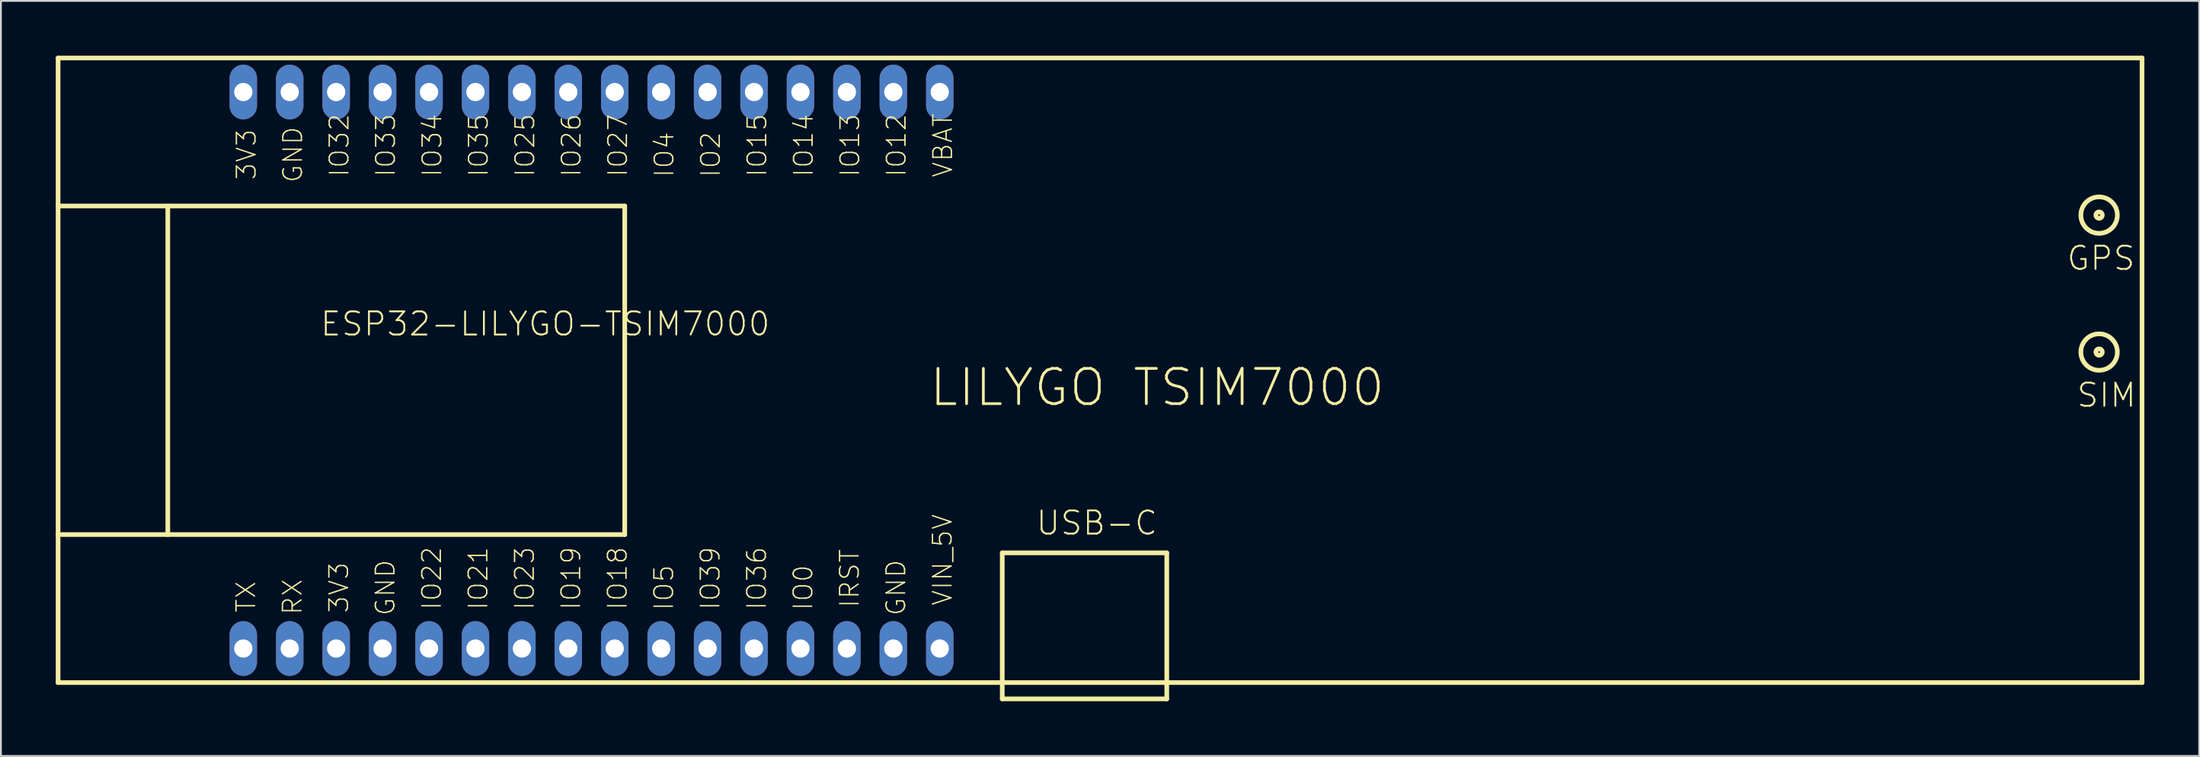
<source format=kicad_pcb>
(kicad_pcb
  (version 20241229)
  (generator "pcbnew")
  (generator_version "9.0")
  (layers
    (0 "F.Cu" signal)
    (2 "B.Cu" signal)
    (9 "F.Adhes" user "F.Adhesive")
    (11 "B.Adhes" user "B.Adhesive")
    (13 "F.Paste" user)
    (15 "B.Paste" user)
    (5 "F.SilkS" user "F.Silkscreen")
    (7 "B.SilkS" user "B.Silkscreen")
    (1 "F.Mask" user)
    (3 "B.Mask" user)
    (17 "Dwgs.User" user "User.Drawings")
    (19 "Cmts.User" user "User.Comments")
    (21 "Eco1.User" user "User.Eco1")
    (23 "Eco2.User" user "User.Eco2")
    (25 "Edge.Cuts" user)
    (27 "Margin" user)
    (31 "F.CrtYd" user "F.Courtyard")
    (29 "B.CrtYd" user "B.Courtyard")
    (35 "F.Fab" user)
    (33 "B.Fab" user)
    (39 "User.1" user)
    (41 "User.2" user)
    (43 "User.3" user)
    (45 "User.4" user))
  (footprint "ESP32-LILYGO-TSIM7000"
    (layer "F.Cu")
    (at 26.777 17.231)
    (property "Reference" "ESP32-LILYGO-TSIM7000" (at 0 -2.54 0) (layer "F.SilkS") (effects (font (size 1.27 1.27) (thickness 0.102))))
    (attr through_hole)
    (fp_line (start -26.65 -17.104) (end 87.348 -17.104) (stroke (width 0.254) (type solid)) (layer "F.SilkS"))
    (fp_line (start -26.65 -8.999) (end 4.348 -8.999) (stroke (width 0.254) (type solid)) (layer "F.SilkS"))
    (fp_line (start -26.65 8.999) (end 4.348 8.999) (stroke (width 0.254) (type solid)) (layer "F.SilkS"))
    (fp_line (start -26.65 17.104) (end -26.65 -17.104) (stroke (width 0.254) (type solid)) (layer "F.SilkS"))
    (fp_line (start -20.648 8.999) (end -20.648 -8.999) (stroke (width 0.254) (type solid)) (layer "F.SilkS"))
    (fp_line (start 4.348 8.999) (end 4.348 -8.999) (stroke (width 0.254) (type solid)) (layer "F.SilkS"))
    (fp_line (start 24.999 10) (end 24.999 17.998) (stroke (width 0.254) (type solid)) (layer "F.SilkS"))
    (fp_line (start 24.999 10) (end 33.998 10) (stroke (width 0.254) (type solid)) (layer "F.SilkS"))
    (fp_line (start 24.999 17.998) (end 33.998 17.998) (stroke (width 0.254) (type solid)) (layer "F.SilkS"))
    (fp_line (start 33.998 10) (end 33.998 17.998) (stroke (width 0.254) (type solid)) (layer "F.SilkS"))
    (fp_line (start 87.348 -17.104) (end 87.348 17.104) (stroke (width 0.254) (type solid)) (layer "F.SilkS"))
    (fp_line (start 87.348 17.104) (end -26.65 17.104) (stroke (width 0.254) (type solid)) (layer "F.SilkS"))
    (fp_circle (center 84.999 -8.499) (end 84.999 -9.497) (stroke (width 0.254) (type solid)) (fill no) (layer "F.SilkS"))
    (fp_circle (center 84.999 -8.499) (end 84.999 -8.547) (stroke (width 0.254) (type solid)) (fill no) (layer "F.SilkS"))
    (fp_circle (center 84.999 -0.998) (end 84.999 -1.996) (stroke (width 0.254) (type solid)) (fill no) (layer "F.SilkS"))
    (fp_circle (center 84.999 -0.998) (end 84.999 -1.046) (stroke (width 0.254) (type solid)) (fill no) (layer "F.SilkS"))
    (fp_text user "IO25" (at -1.107 -12.322 90) (layer "F.SilkS") (effects (font (size 1.016 1.016) (thickness 0.076))))
    (fp_text user "IO32" (at -11.267 -12.322 90) (layer "F.SilkS") (effects (font (size 1.016 1.016) (thickness 0.076))))
    (fp_text user "IO34" (at -6.187 -12.322 90) (layer "F.SilkS") (effects (font (size 1.016 1.016) (thickness 0.076))))
    (fp_text user "IRST" (at 16.65 11.397 90) (layer "F.SilkS") (effects (font (size 1.016 1.016) (thickness 0.076))))
    (fp_text user "GND" (at 19.19 11.905 90) (layer "F.SilkS") (effects (font (size 1.016 1.016) (thickness 0.076))))
    (fp_text user "3V3" (at -11.288 11.905 90) (layer "F.SilkS") (effects (font (size 1.016 1.016) (thickness 0.076))))
    (fp_text user "GPS" (at 85.103 -6.134 0) (layer "F.SilkS") (effects (font (size 1.27 1.27) (thickness 0.102))))
    (fp_text user "TX" (at -16.368 12.413 90) (layer "F.SilkS") (effects (font (size 1.016 1.016) (thickness 0.076))))
    (fp_text user "USB-C" (at 30.173 8.364 0) (layer "F.SilkS") (effects (font (size 1.27 1.27) (thickness 0.102))))
    (fp_text user "IO13" (at 16.67 -12.322 90) (layer "F.SilkS") (effects (font (size 1.016 1.016) (thickness 0.076))))
    (fp_text user "IO18" (at 3.95 11.397 90) (layer "F.SilkS") (effects (font (size 1.016 1.016) (thickness 0.076))))
    (fp_text user "GND" (at -13.807 -11.814 90) (layer "F.SilkS") (effects (font (size 1.016 1.016) (thickness 0.076))))
    (fp_text user "IO14" (at 14.13 -12.322 90) (layer "F.SilkS") (effects (font (size 1.016 1.016) (thickness 0.076))))
    (fp_text user "IO15" (at 11.59 -12.322 90) (layer "F.SilkS") (effects (font (size 1.016 1.016) (thickness 0.076))))
    (fp_text user "IO12" (at 19.21 -12.322 90) (layer "F.SilkS") (effects (font (size 1.016 1.016) (thickness 0.076))))
    (fp_text user "VIN_5V" (at 21.73 10.381 90) (layer "F.SilkS") (effects (font (size 1.016 1.016) (thickness 0.076))))
    (fp_text user "IO22" (at -6.208 11.397 90) (layer "F.SilkS") (effects (font (size 1.016 1.016) (thickness 0.076))))
    (fp_text user "IO2" (at 9.05 -11.814 90) (layer "F.SilkS") (effects (font (size 1.016 1.016) (thickness 0.076))))
    (fp_text user "IO4" (at 6.51 -11.814 90) (layer "F.SilkS") (effects (font (size 1.016 1.016) (thickness 0.076))))
    (fp_text user "IO33" (at -8.727 -12.322 90) (layer "F.SilkS") (effects (font (size 1.016 1.016) (thickness 0.076))))
    (fp_text user "3V3" (at -16.347 -11.814 90) (layer "F.SilkS") (effects (font (size 1.016 1.016) (thickness 0.076))))
    (fp_text user "VBAT" (at 21.75 -12.322 90) (layer "F.SilkS") (effects (font (size 1.016 1.016) (thickness 0.076))))
    (fp_text user "IO26" (at 1.43 -12.322 90) (layer "F.SilkS") (effects (font (size 1.016 1.016) (thickness 0.076))))
    (fp_text user "IO36" (at 11.57 11.397 90) (layer "F.SilkS") (effects (font (size 1.016 1.016) (thickness 0.076))))
    (fp_text user "IO5" (at 6.49 11.905 90) (layer "F.SilkS") (effects (font (size 1.016 1.016) (thickness 0.076))))
    (fp_text user "IO21" (at -3.668 11.397 90) (layer "F.SilkS") (effects (font (size 1.016 1.016) (thickness 0.076))))
    (fp_text user "IO0" (at 14.11 11.905 90) (layer "F.SilkS") (effects (font (size 1.016 1.016) (thickness 0.076))))
    (fp_text user "IO19" (at 1.41 11.397 90) (layer "F.SilkS") (effects (font (size 1.016 1.016) (thickness 0.076))))
    (fp_text user "SIM" (at 85.405 1.364 0) (layer "F.SilkS") (effects (font (size 1.27 1.27) (thickness 0.102))))
    (fp_text user "GND" (at -8.748 11.905 90) (layer "F.SilkS") (effects (font (size 1.016 1.016) (thickness 0.076))))
    (fp_text user "IO23" (at -1.128 11.397 90) (layer "F.SilkS") (effects (font (size 1.016 1.016) (thickness 0.076))))
    (fp_text user "IO35" (at -3.647 -12.322 90) (layer "F.SilkS") (effects (font (size 1.016 1.016) (thickness 0.076))))
    (fp_text user "IO39" (at 9.03 11.397 90) (layer "F.SilkS") (effects (font (size 1.016 1.016) (thickness 0.076))))
    (fp_text user "RX" (at -13.828 12.413 90) (layer "F.SilkS") (effects (font (size 1.016 1.016) (thickness 0.076))))
    (fp_text user "IO27" (at 3.97 -12.322 90) (layer "F.SilkS") (effects (font (size 1.016 1.016) (thickness 0.076))))
    (fp_text user "LILYGO TSIM7000" (at 33.477 0.942 0) (layer "F.SilkS") (effects (font (size 1.93 1.93) (thickness 0.152))))
    (pad "3V3@1" thru_hole oval (at -11.438 15.24) (size 1.5 3) (drill 1) (layers "*.Cu" "*.Mask"))
    (pad "3V3@2" thru_hole oval (at -16.518 -15.24) (size 1.5 3) (drill 1) (layers "*.Cu" "*.Mask"))
    (pad "D0" thru_hole oval (at 13.96 15.24) (size 1.5 3) (drill 1) (layers "*.Cu" "*.Mask"))
    (pad "D2" thru_hole oval (at 8.88 -15.24) (size 1.5 3) (drill 1) (layers "*.Cu" "*.Mask"))
    (pad "D4" thru_hole oval (at 6.34 -15.24) (size 1.5 3) (drill 1) (layers "*.Cu" "*.Mask"))
    (pad "D5" thru_hole oval (at 6.34 15.24) (size 1.5 3) (drill 1) (layers "*.Cu" "*.Mask"))
    (pad "D12" thru_hole oval (at 19.04 -15.24) (size 1.5 3) (drill 1) (layers "*.Cu" "*.Mask"))
    (pad "D13" thru_hole oval (at 16.5 -15.24) (size 1.5 3) (drill 1) (layers "*.Cu" "*.Mask"))
    (pad "D14" thru_hole oval (at 13.96 -15.24) (size 1.5 3) (drill 1) (layers "*.Cu" "*.Mask"))
    (pad "D15" thru_hole oval (at 11.42 -15.24) (size 1.5 3) (drill 1) (layers "*.Cu" "*.Mask"))
    (pad "D18" thru_hole oval (at 3.8 15.24) (size 1.5 3) (drill 1) (layers "*.Cu" "*.Mask"))
    (pad "D19" thru_hole oval (at 1.26 15.24) (size 1.5 3) (drill 1) (layers "*.Cu" "*.Mask"))
    (pad "D21" thru_hole oval (at -3.818 15.24) (size 1.5 3) (drill 1) (layers "*.Cu" "*.Mask"))
    (pad "D22" thru_hole oval (at -6.358 15.24) (size 1.5 3) (drill 1) (layers "*.Cu" "*.Mask"))
    (pad "D23" thru_hole oval (at -1.278 15.24) (size 1.5 3) (drill 1) (layers "*.Cu" "*.Mask"))
    (pad "D25" thru_hole oval (at -1.278 -15.24) (size 1.5 3) (drill 1) (layers "*.Cu" "*.Mask"))
    (pad "D26" thru_hole oval (at 1.26 -15.24) (size 1.5 3) (drill 1) (layers "*.Cu" "*.Mask"))
    (pad "D27" thru_hole oval (at 3.8 -15.24) (size 1.5 3) (drill 1) (layers "*.Cu" "*.Mask"))
    (pad "D32" thru_hole oval (at -11.438 -15.24) (size 1.5 3) (drill 1) (layers "*.Cu" "*.Mask"))
    (pad "D33" thru_hole oval (at -8.898 -15.24) (size 1.5 3) (drill 1) (layers "*.Cu" "*.Mask"))
    (pad "D34" thru_hole oval (at -6.358 -15.24) (size 1.5 3) (drill 1) (layers "*.Cu" "*.Mask"))
    (pad "D35" thru_hole oval (at -3.818 -15.24) (size 1.5 3) (drill 1) (layers "*.Cu" "*.Mask"))
    (pad "D36" thru_hole oval (at 11.42 15.24) (size 1.5 3) (drill 1) (layers "*.Cu" "*.Mask"))
    (pad "D39" thru_hole oval (at 8.88 15.24) (size 1.5 3) (drill 1) (layers "*.Cu" "*.Mask"))
    (pad "GND@1" thru_hole oval (at -8.898 15.24) (size 1.5 3) (drill 1) (layers "*.Cu" "*.Mask"))
    (pad "GND@2" thru_hole oval (at 19.04 15.24) (size 1.5 3) (drill 1) (layers "*.Cu" "*.Mask"))
    (pad "GND@3" thru_hole oval (at -13.978 -15.24) (size 1.5 3) (drill 1) (layers "*.Cu" "*.Mask"))
    (pad "RST" thru_hole oval (at 16.5 15.24) (size 1.5 3) (drill 1) (layers "*.Cu" "*.Mask"))
    (pad "RX" thru_hole oval (at -13.978 15.24) (size 1.5 3) (drill 1) (layers "*.Cu" "*.Mask"))
    (pad "TX" thru_hole oval (at -16.518 15.24) (size 1.5 3) (drill 1) (layers "*.Cu" "*.Mask"))
    (pad "VBAT" thru_hole oval (at 21.58 -15.24) (size 1.5 3) (drill 1) (layers "*.Cu" "*.Mask"))
    (pad "VIN_5V" thru_hole oval (at 21.58 15.24) (size 1.5 3) (drill 1) (layers "*.Cu" "*.Mask")))
  (gr_rect
    (start -3 -3)
    (end 117.252 38.357)
    (stroke (width 0.1) (type default))
    (fill no)
    (layer "Edge.Cuts")))
</source>
